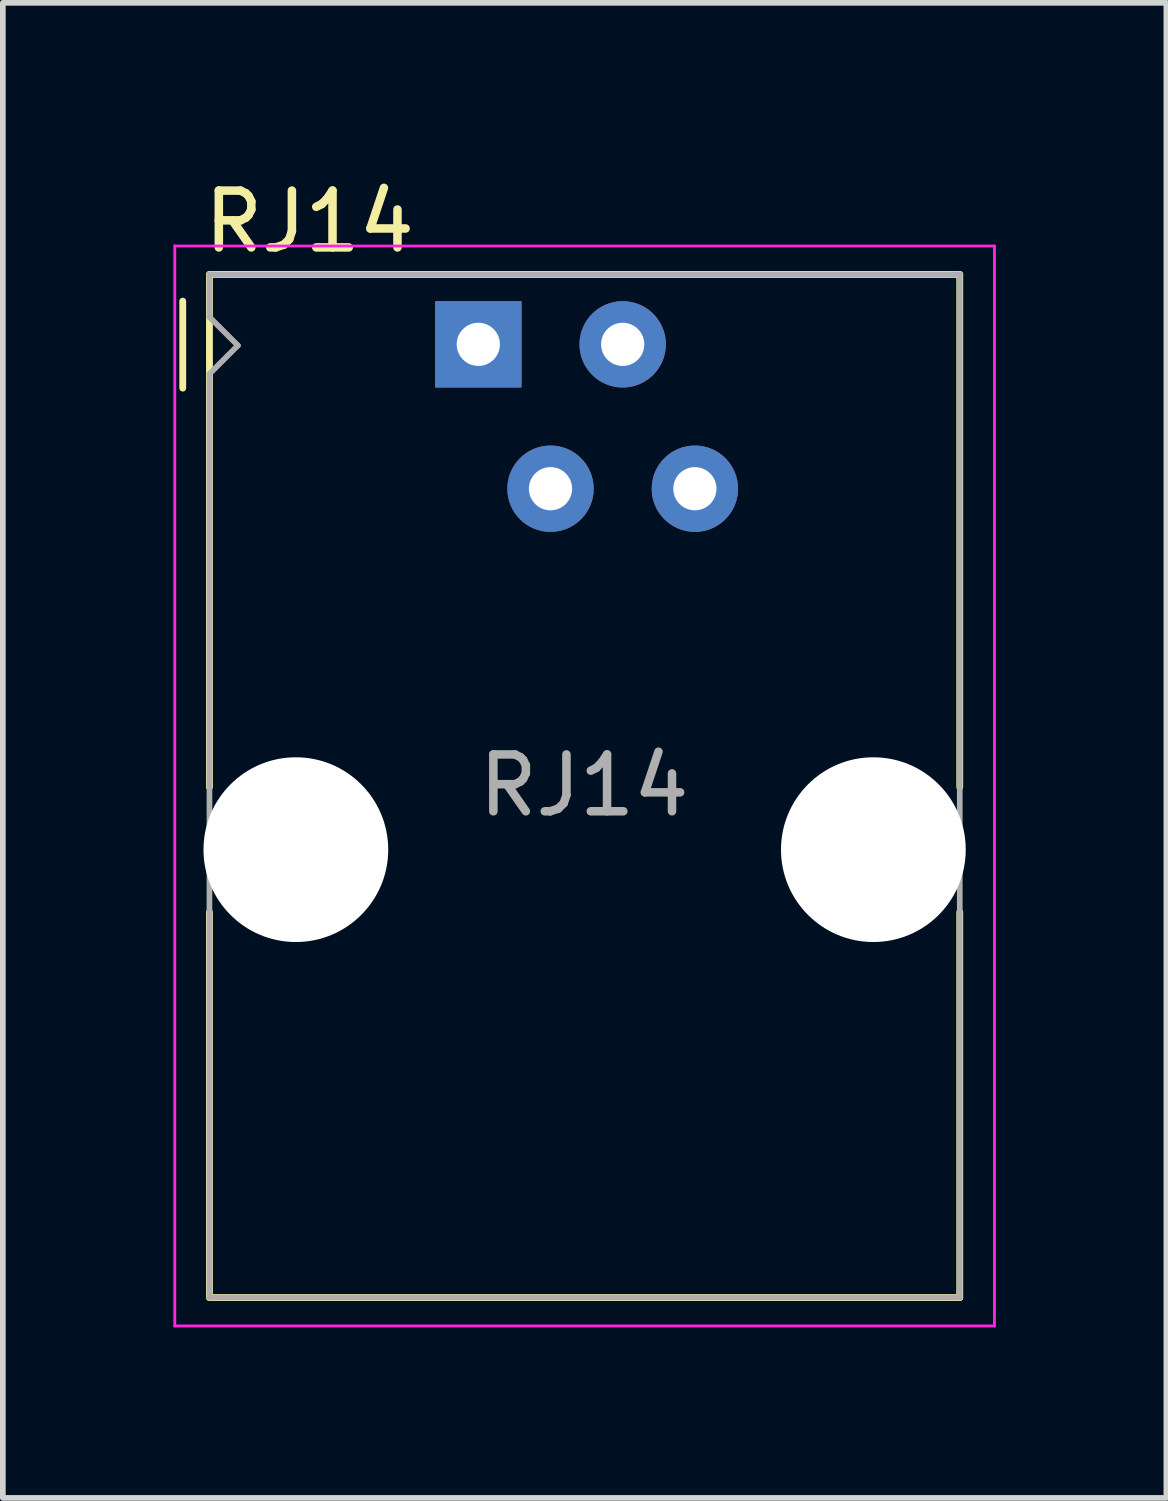
<source format=kicad_pcb>
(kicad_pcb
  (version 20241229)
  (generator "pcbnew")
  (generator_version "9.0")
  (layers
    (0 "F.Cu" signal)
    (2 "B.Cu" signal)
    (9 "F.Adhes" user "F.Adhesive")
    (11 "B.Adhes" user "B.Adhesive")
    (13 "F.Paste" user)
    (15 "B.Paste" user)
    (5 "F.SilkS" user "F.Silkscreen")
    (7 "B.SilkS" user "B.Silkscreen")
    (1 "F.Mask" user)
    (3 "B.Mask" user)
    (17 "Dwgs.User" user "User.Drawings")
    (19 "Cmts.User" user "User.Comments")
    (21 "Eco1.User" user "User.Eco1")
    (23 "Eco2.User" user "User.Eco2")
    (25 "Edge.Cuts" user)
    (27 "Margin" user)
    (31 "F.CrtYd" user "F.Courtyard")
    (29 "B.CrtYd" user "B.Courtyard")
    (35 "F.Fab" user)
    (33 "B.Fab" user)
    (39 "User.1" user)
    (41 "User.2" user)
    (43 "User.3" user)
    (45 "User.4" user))
  (footprint "RJ14"
    (layer "F.Cu")
    (at 4.065 3.008)
    (property "Reference" "RJ14" (at -1.67 -2.16 0) (layer "F.SilkS") (effects (font (size 1 1) (thickness 0.15))))
    (attr through_hole)
    (fp_line (start -3.9 0.77) (end -3.9 -0.76) (stroke (width 0.12) (type solid)) (layer "F.SilkS"))
    (fp_line (start -3.43 -1.23) (end 9.77 -1.23) (stroke (width 0.12) (type solid)) (layer "F.SilkS"))
    (fp_line (start -3.43 7.72) (end -3.43 7.79) (stroke (width 0.1) (type solid)) (layer "F.SilkS"))
    (fp_line (start -3.43 7.79) (end -3.43 -1.23) (stroke (width 0.12) (type solid)) (layer "F.SilkS"))
    (fp_line (start -3.43 16.77) (end -3.43 9.99) (stroke (width 0.12) (type solid)) (layer "F.SilkS"))
    (fp_line (start 9.77 -1.23) (end 9.77 7.79) (stroke (width 0.12) (type solid)) (layer "F.SilkS"))
    (fp_line (start 9.77 16.65) (end 9.77 16.77) (stroke (width 0.1) (type solid)) (layer "F.SilkS"))
    (fp_line (start 9.77 16.76) (end 9.77 16.77) (stroke (width 0.1) (type solid)) (layer "F.SilkS"))
    (fp_line (start 9.77 16.77) (end -3.43 16.77) (stroke (width 0.12) (type solid)) (layer "F.SilkS"))
    (fp_line (start 9.77 16.77) (end 9.77 9.99) (stroke (width 0.12) (type solid)) (layer "F.SilkS"))
    (fp_line (start -4.04 -1.73) (end 10.38 -1.73) (stroke (width 0.05) (type solid)) (layer "F.CrtYd"))
    (fp_line (start -4.04 17.27) (end -4.04 -1.73) (stroke (width 0.05) (type solid)) (layer "F.CrtYd"))
    (fp_line (start 10.38 -1.73) (end 10.38 17.27) (stroke (width 0.05) (type solid)) (layer "F.CrtYd"))
    (fp_line (start 10.38 17.27) (end -4.04 17.27) (stroke (width 0.05) (type solid)) (layer "F.CrtYd"))
    (fp_line (start -3.43 -1.23) (end 9.77 -1.23) (stroke (width 0.1) (type solid)) (layer "F.Fab"))
    (fp_line (start -3.43 -0.48) (end -3.43 -1.23) (stroke (width 0.1) (type solid)) (layer "F.Fab"))
    (fp_line (start -3.43 0.52) (end -2.93 0.02) (stroke (width 0.1) (type solid)) (layer "F.Fab"))
    (fp_line (start -3.43 16.77) (end -3.43 0.52) (stroke (width 0.1) (type solid)) (layer "F.Fab"))
    (fp_line (start -2.93 0.02) (end -3.43 -0.48) (stroke (width 0.1) (type solid)) (layer "F.Fab"))
    (fp_line (start 9.77 -1.23) (end 9.77 16.77) (stroke (width 0.1) (type solid)) (layer "F.Fab"))
    (fp_line (start 9.77 16.77) (end -3.43 16.77) (stroke (width 0.1) (type solid)) (layer "F.Fab"))
    (fp_text user "${REFERENCE}" (at 3.16 7.76 0) (layer "F.Fab") (effects (font (size 1 1) (thickness 0.15))))
    (pad "" np_thru_hole circle (at -1.91 8.89) (size 3.25 3.25) (drill 3.25) (layers "*.Cu" "*.Mask"))
    (pad "" np_thru_hole circle (at 8.25 8.89) (size 3.25 3.25) (drill 3.25) (layers "*.Cu" "*.Mask"))
    (pad "1" thru_hole rect (at 1.3 0) (size 1.52 1.52) (drill 0.76) (layers "*.Cu" "*.Mask"))
    (pad "2" thru_hole circle (at 2.57 2.54) (size 1.52 1.52) (drill 0.76) (layers "*.Cu" "*.Mask"))
    (pad "3" thru_hole circle (at 3.84 0) (size 1.52 1.52) (drill 0.76) (layers "*.Cu" "*.Mask"))
    (pad "4" thru_hole circle (at 5.11 2.54) (size 1.52 1.52) (drill 0.76) (layers "*.Cu" "*.Mask")))
  (gr_rect
    (start -3 -3)
    (end 17.47 23.303)
    (stroke (width 0.1) (type default))
    (fill no)
    (layer "Edge.Cuts")))
</source>
